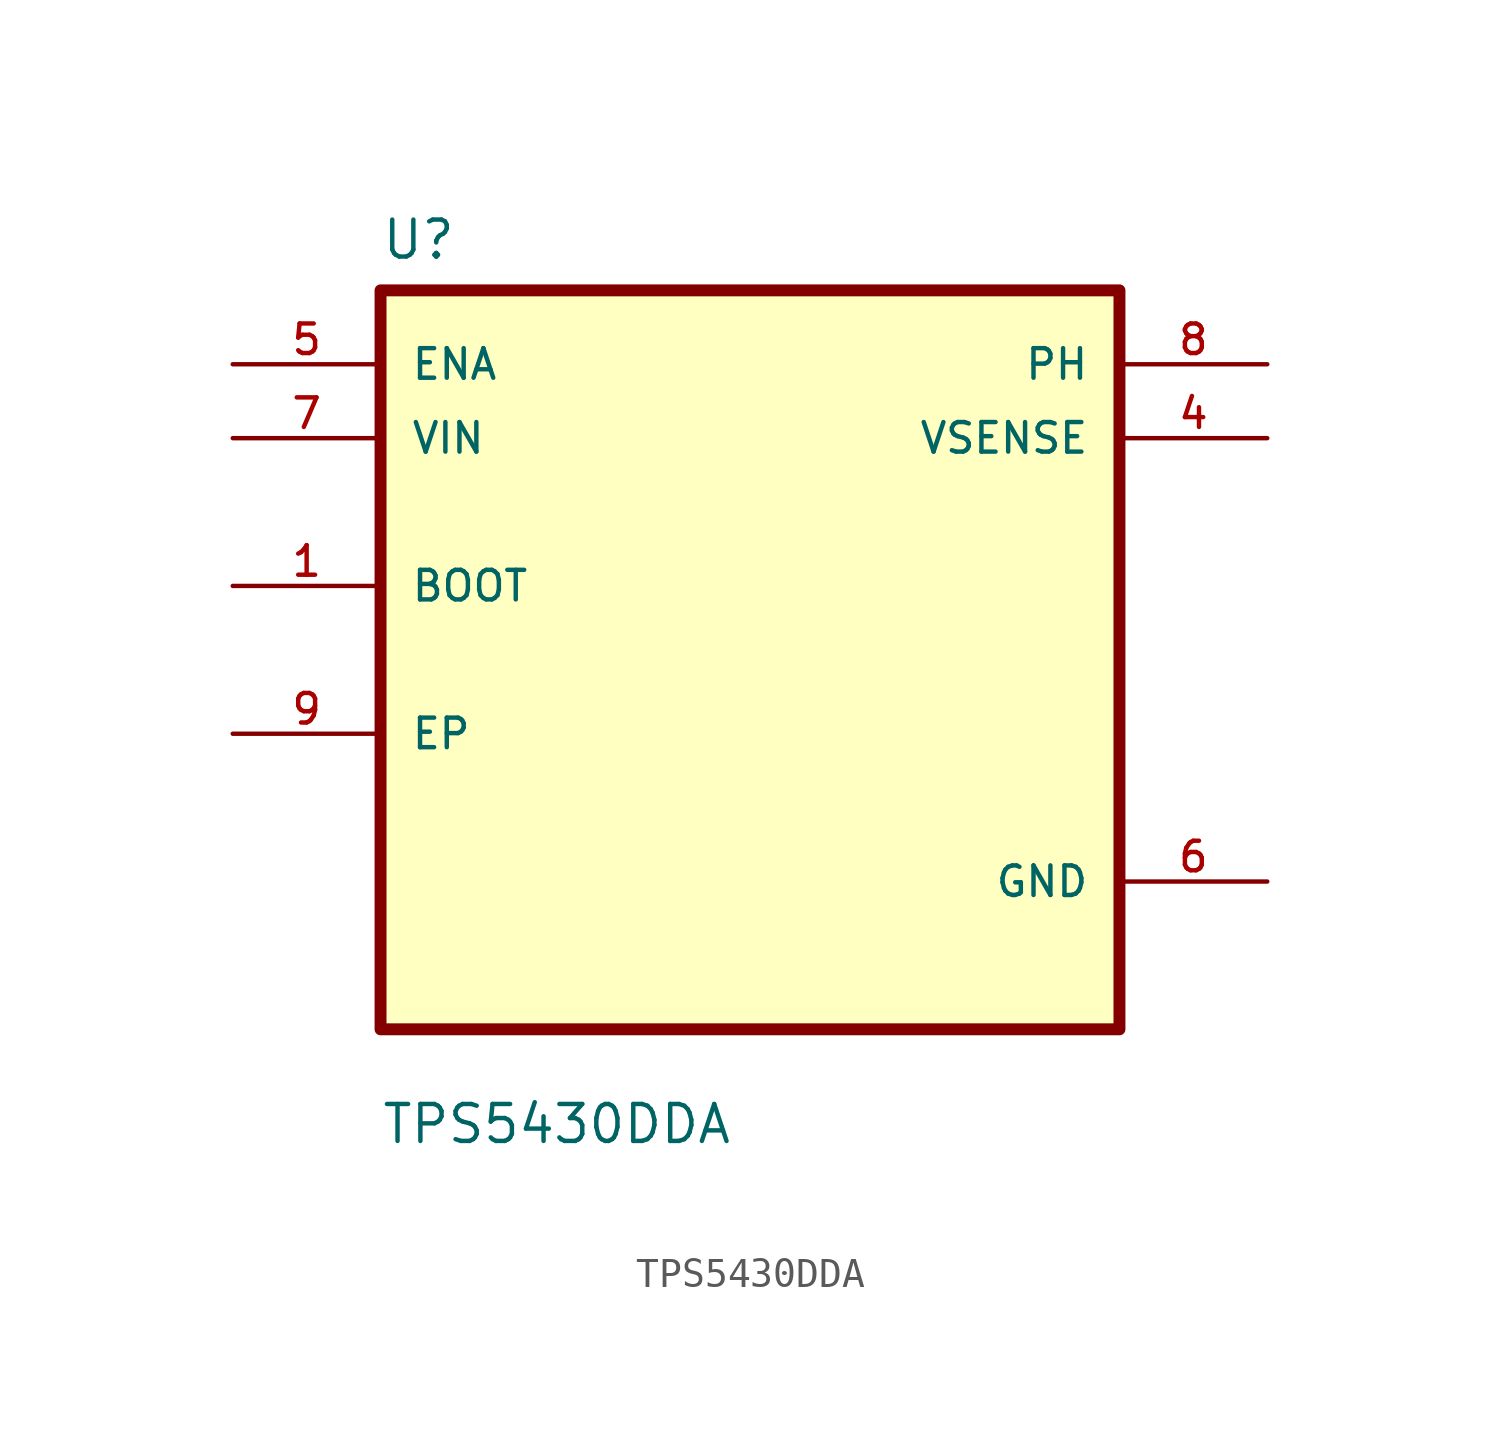
<source format=kicad_sym>
(kicad_symbol_lib
  (version 20211014)
  (generator kicad_symbol_editor)
  (symbol "TPS5430DDA"
    (pin_names
      (offset 1.016))
    (property "Reference" "U"
      (at -12.7 13.7 0.0)
      (effects (font (size 1.27 1.27)) (justify bottom left)))
    (property "Value" "TPS5430DDA"
      (at -12.7 -16.7 0.0)
      (effects (font (size 1.27 1.27)) (justify bottom left)))
    (symbol "TPS5430DDA_0_0"
      (rectangle (start -12.7 -12.7) (end 12.7 12.7) (stroke (width 0.41)) (fill (type background)))
      (pin input line (at -17.78 10.16 0) (length 5.08) (name "ENA" (effects (font (size 1.016 1.016)))) (number "5" (effects (font (size 1.016 1.016)))))
      (pin input line (at -17.78 7.62 0) (length 5.08) (name "VIN" (effects (font (size 1.016 1.016)))) (number "7" (effects (font (size 1.016 1.016)))))
      (pin bidirectional line (at -17.78 2.54 0) (length 5.08) (name "BOOT" (effects (font (size 1.016 1.016)))) (number "1" (effects (font (size 1.016 1.016)))))
      (pin bidirectional line (at -17.78 -2.54 0) (length 5.08) (name "EP" (effects (font (size 1.016 1.016)))) (number "9" (effects (font (size 1.016 1.016)))))
      (pin output line (at 17.78 10.16 180.0) (length 5.08) (name "PH" (effects (font (size 1.016 1.016)))) (number "8" (effects (font (size 1.016 1.016)))))
      (pin output line (at 17.78 7.62 180.0) (length 5.08) (name "VSENSE" (effects (font (size 1.016 1.016)))) (number "4" (effects (font (size 1.016 1.016)))))
      (pin power_in line (at 17.78 -7.62 180.0) (length 5.08) (name "GND" (effects (font (size 1.016 1.016)))) (number "6" (effects (font (size 1.016 1.016))))))))
</source>
